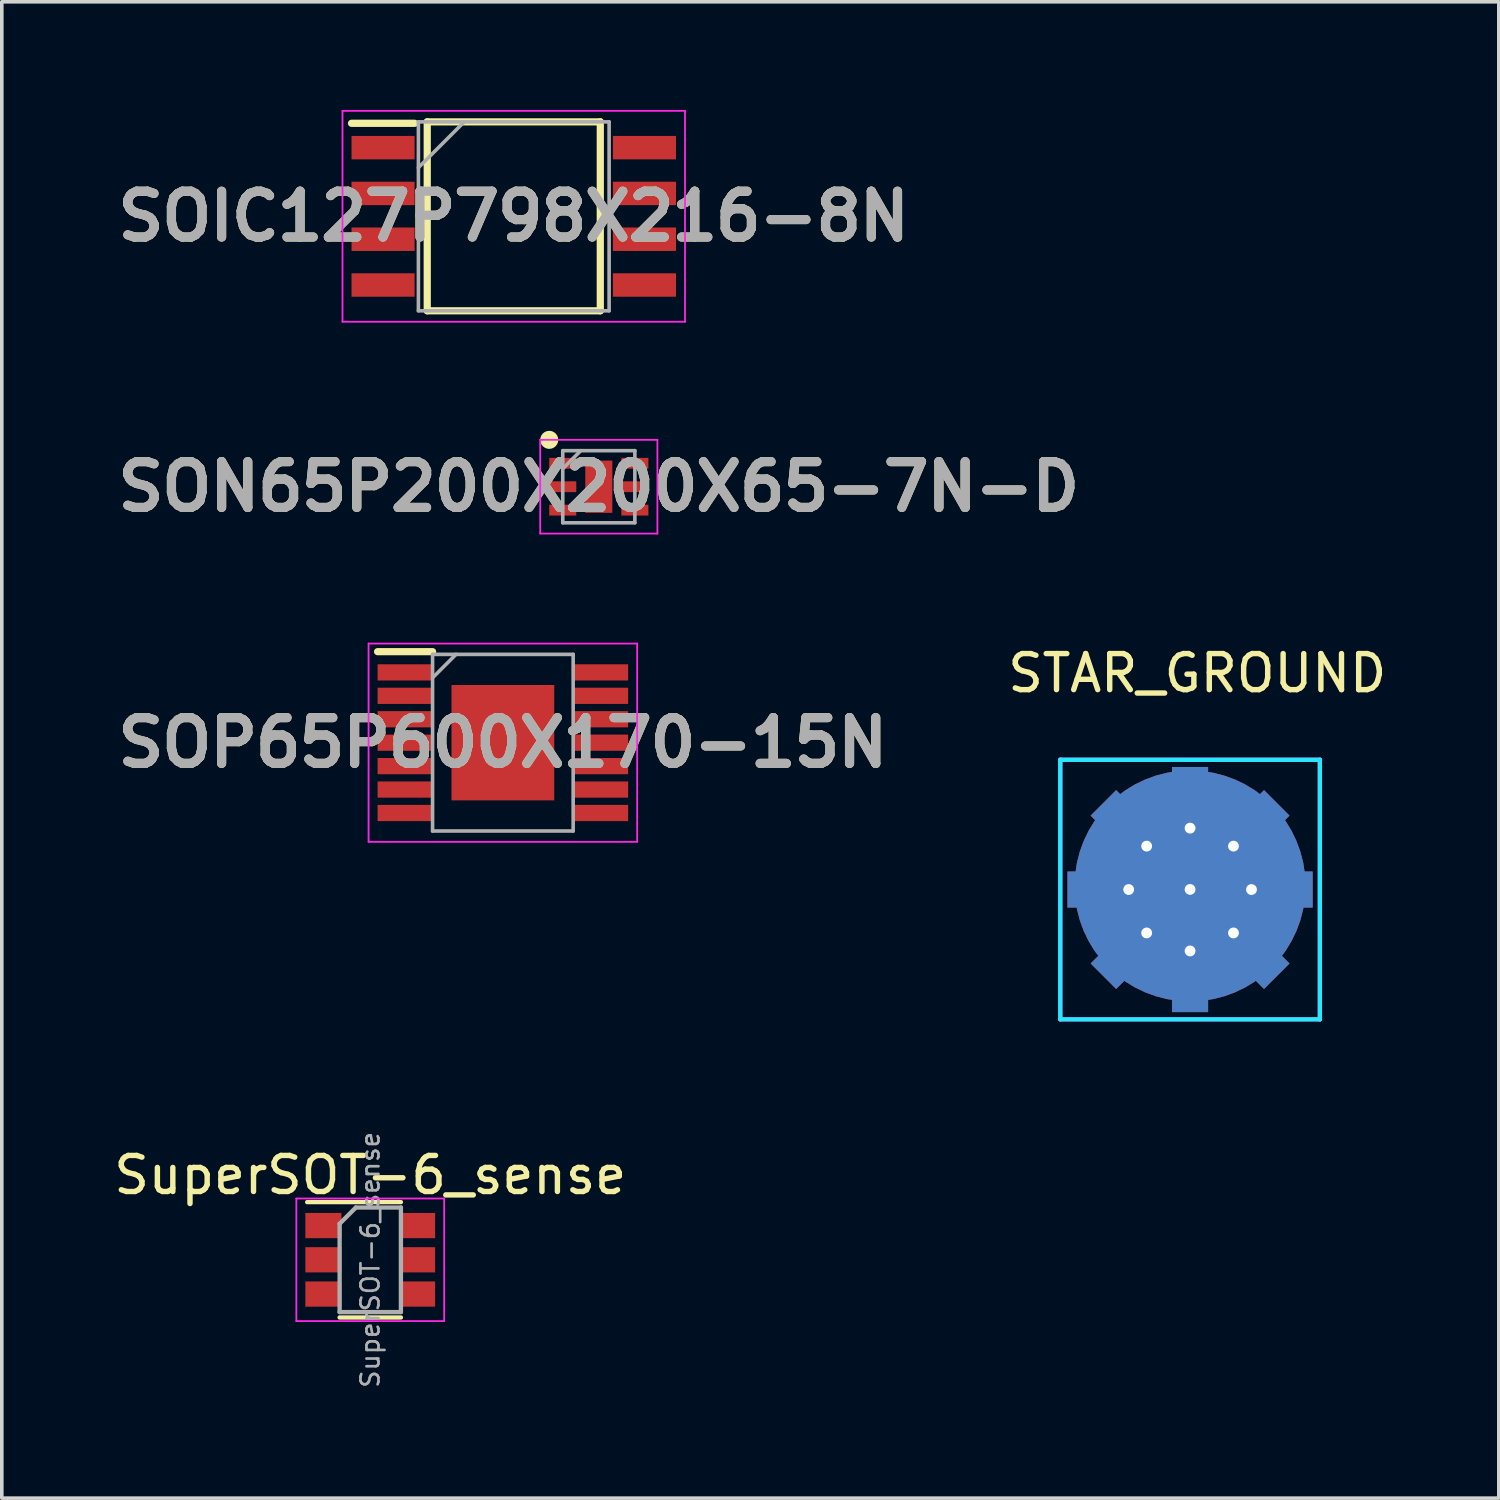
<source format=kicad_pcb>
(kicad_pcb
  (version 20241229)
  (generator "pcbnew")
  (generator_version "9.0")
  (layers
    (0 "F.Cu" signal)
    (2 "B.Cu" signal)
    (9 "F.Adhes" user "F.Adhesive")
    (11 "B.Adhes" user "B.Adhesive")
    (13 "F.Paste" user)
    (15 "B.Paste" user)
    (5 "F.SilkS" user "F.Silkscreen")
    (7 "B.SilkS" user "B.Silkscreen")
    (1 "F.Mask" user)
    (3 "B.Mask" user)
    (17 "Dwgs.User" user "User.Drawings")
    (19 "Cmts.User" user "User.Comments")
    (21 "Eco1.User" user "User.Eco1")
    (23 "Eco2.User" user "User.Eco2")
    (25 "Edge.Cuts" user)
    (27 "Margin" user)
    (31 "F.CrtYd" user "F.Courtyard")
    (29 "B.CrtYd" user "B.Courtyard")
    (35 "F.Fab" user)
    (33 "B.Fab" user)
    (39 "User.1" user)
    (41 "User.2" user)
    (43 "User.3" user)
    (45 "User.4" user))
  (footprint "SuperSOT-6_sense"
    (layer "F.Cu")
    (at 7.22 31.893)
    (property "Reference" "SuperSOT-6_sense" (at 0 -2.35 0) (layer "F.SilkS") (effects (font (size 1 1) (thickness 0.15))))
    (attr smd)
    (fp_line (start 0.85 -1.6) (end -1.75 -1.6) (stroke (width 0.12) (type solid)) (layer "F.SilkS"))
    (fp_line (start 0.85 1.6) (end -0.85 1.6) (stroke (width 0.12) (type solid)) (layer "F.SilkS"))
    (fp_line (start -2.05 -1.7) (end -2.05 1.7) (stroke (width 0.05) (type solid)) (layer "F.CrtYd"))
    (fp_line (start -2.05 -1.7) (end 2.05 -1.7) (stroke (width 0.05) (type solid)) (layer "F.CrtYd"))
    (fp_line (start 2.05 1.7) (end -2.05 1.7) (stroke (width 0.05) (type solid)) (layer "F.CrtYd"))
    (fp_line (start 2.05 1.7) (end 2.05 -1.7) (stroke (width 0.05) (type solid)) (layer "F.CrtYd"))
    (fp_line (start -0.85 -1) (end -0.85 1.45) (stroke (width 0.12) (type solid)) (layer "F.Fab"))
    (fp_line (start -0.85 1.45) (end 0.85 1.45) (stroke (width 0.12) (type solid)) (layer "F.Fab"))
    (fp_line (start -0.4 -1.45) (end -0.85 -1) (stroke (width 0.12) (type solid)) (layer "F.Fab"))
    (fp_line (start 0.85 -1.45) (end -0.4 -1.45) (stroke (width 0.12) (type solid)) (layer "F.Fab"))
    (fp_line (start 0.85 1.45) (end 0.85 -1.45) (stroke (width 0.12) (type solid)) (layer "F.Fab"))
    (fp_text user "${REFERENCE}" (at 0 0 90) (layer "F.Fab") (effects (font (size 0.5 0.5) (thickness 0.075))))
    (pad "1" smd rect (at -1.3 -0.95) (size 1 0.7) (layers "F.Cu" "F.Mask" "F.Paste"))
    (pad "1" smd rect (at -1.3 0) (size 1 0.7) (layers "F.Cu" "F.Mask" "F.Paste"))
    (pad "1" smd rect (at 1.3 -0.95) (size 1 0.7) (layers "F.Cu" "F.Mask" "F.Paste"))
    (pad "1" smd rect (at 1.3 0) (size 1 0.7) (layers "F.Cu" "F.Mask" "F.Paste"))
    (pad "2" smd rect (at -1.3 0.95) (size 1 0.7) (layers "F.Cu" "F.Mask" "F.Paste"))
    (pad "3" smd rect (at 1.3 0.95) (size 1 0.7) (layers "F.Cu" "F.Mask" "F.Paste")))
  (footprint "SOP65P600X170-15N"
    (layer "F.Cu")
    (at 10.898 17.55)
    (property "Reference" "SOP65P600X170-15N" (at 0 0 0) (layer "F.SilkS") (effects (font (size 1.27 1.27) (thickness 0.254))))
    (attr smd)
    (fp_line (start -3.475 -2.525) (end -1.95 -2.525) (stroke (width 0.2) (type solid)) (layer "F.SilkS"))
    (fp_line (start -3.725 -2.75) (end 3.725 -2.75) (stroke (width 0.05) (type solid)) (layer "F.CrtYd"))
    (fp_line (start -3.725 2.75) (end -3.725 -2.75) (stroke (width 0.05) (type solid)) (layer "F.CrtYd"))
    (fp_line (start 3.725 -2.75) (end 3.725 2.75) (stroke (width 0.05) (type solid)) (layer "F.CrtYd"))
    (fp_line (start 3.725 2.75) (end -3.725 2.75) (stroke (width 0.05) (type solid)) (layer "F.CrtYd"))
    (fp_line (start -1.95 -2.45) (end 1.95 -2.45) (stroke (width 0.1) (type solid)) (layer "F.Fab"))
    (fp_line (start -1.95 -1.8) (end -1.3 -2.45) (stroke (width 0.1) (type solid)) (layer "F.Fab"))
    (fp_line (start -1.95 2.45) (end -1.95 -2.45) (stroke (width 0.1) (type solid)) (layer "F.Fab"))
    (fp_line (start 1.95 -2.45) (end 1.95 2.45) (stroke (width 0.1) (type solid)) (layer "F.Fab"))
    (fp_line (start 1.95 2.45) (end -1.95 2.45) (stroke (width 0.1) (type solid)) (layer "F.Fab"))
    (fp_text user "${REFERENCE}" (at 0 0 0) (layer "F.Fab") (effects (font (size 1.27 1.27) (thickness 0.254))))
    (pad "1" smd rect (at -2.712 -1.95 90) (size 0.45 1.525) (layers "F.Cu" "F.Mask" "F.Paste"))
    (pad "2" smd rect (at -2.712 -1.3 90) (size 0.45 1.525) (layers "F.Cu" "F.Mask" "F.Paste"))
    (pad "3" smd rect (at -2.712 -0.65 90) (size 0.45 1.525) (layers "F.Cu" "F.Mask" "F.Paste"))
    (pad "4" smd rect (at -2.712 0 90) (size 0.45 1.525) (layers "F.Cu" "F.Mask" "F.Paste"))
    (pad "5" smd rect (at -2.712 0.65 90) (size 0.45 1.525) (layers "F.Cu" "F.Mask" "F.Paste"))
    (pad "6" smd rect (at -2.712 1.3 90) (size 0.45 1.525) (layers "F.Cu" "F.Mask" "F.Paste"))
    (pad "7" smd rect (at -2.712 1.95 90) (size 0.45 1.525) (layers "F.Cu" "F.Mask" "F.Paste"))
    (pad "8" smd rect (at 2.712 1.95 90) (size 0.45 1.525) (layers "F.Cu" "F.Mask" "F.Paste"))
    (pad "9" smd rect (at 2.712 1.3 90) (size 0.45 1.525) (layers "F.Cu" "F.Mask" "F.Paste"))
    (pad "10" smd rect (at 2.712 0.65 90) (size 0.45 1.525) (layers "F.Cu" "F.Mask" "F.Paste"))
    (pad "11" smd rect (at 2.712 0 90) (size 0.45 1.525) (layers "F.Cu" "F.Mask" "F.Paste"))
    (pad "12" smd rect (at 2.712 -0.65 90) (size 0.45 1.525) (layers "F.Cu" "F.Mask" "F.Paste"))
    (pad "13" smd rect (at 2.712 -1.3 90) (size 0.45 1.525) (layers "F.Cu" "F.Mask" "F.Paste"))
    (pad "14" smd rect (at 2.712 -1.95 90) (size 0.45 1.525) (layers "F.Cu" "F.Mask" "F.Paste"))
    (pad "15" smd rect (at 0 0) (size 2.85 3.2) (layers "F.Cu" "F.Mask" "F.Paste")))
  (footprint "STAR_GROUND"
    (layer "F.Cu")
    (at 29.959 18.023)
    (property "Reference" "STAR_GROUND" (at 0.2 -2.4 0) (layer "F.SilkS") (effects (font (size 1 1) (thickness 0.15))))
    (attr through_hole)
    (fp_circle (center 0 3.5) (end 1.603 3.5) (stroke (width 3.2) (type solid)) (fill no) (layer "F.Cu"))
    (fp_circle (center 0 3.5) (end 1.603 3.5) (stroke (width 3.2) (type solid)) (fill no) (layer "F.Mask"))
    (fp_circle (center 0 3.5) (end 1.603 3.5) (stroke (width 3.2) (type solid)) (fill no) (layer "B.Cu"))
    (fp_circle (center 0 3.5) (end 1.603 3.5) (stroke (width 3.2) (type solid)) (fill no) (layer "B.Mask"))
    (fp_line (start -3.6 0) (end 3.6 0) (stroke (width 0.12) (type solid)) (layer "B.CrtYd"))
    (fp_line (start -3.6 7.2) (end -3.6 0) (stroke (width 0.12) (type solid)) (layer "B.CrtYd"))
    (fp_line (start 3.6 0) (end 3.6 7.2) (stroke (width 0.12) (type solid)) (layer "B.CrtYd"))
    (fp_line (start 3.6 7.2) (end -3.6 7.2) (stroke (width 0.12) (type solid)) (layer "B.CrtYd"))
    (fp_line (start -3.6 0) (end 3.6 0) (stroke (width 0.12) (type solid)) (layer "F.CrtYd"))
    (fp_line (start -3.6 7.2) (end -3.6 0) (stroke (width 0.12) (type solid)) (layer "F.CrtYd"))
    (fp_line (start 3.6 0) (end 3.6 7.2) (stroke (width 0.12) (type solid)) (layer "F.CrtYd"))
    (fp_line (start 3.6 7.2) (end -3.6 7.2) (stroke (width 0.12) (type solid)) (layer "F.CrtYd"))
    (pad "" thru_hole circle (at -1.703 3.6) (size 0.6 0.6) (drill 0.3) (layers "*.Cu" "*.Mask"))
    (pad "" thru_hole circle (at -1.204 2.396) (size 0.6 0.6) (drill 0.3) (layers "*.Cu" "*.Mask"))
    (pad "" thru_hole circle (at -1.204 4.804) (size 0.6 0.6) (drill 0.3) (layers "*.Cu" "*.Mask"))
    (pad "" thru_hole circle (at 0 1.897) (size 0.6 0.6) (drill 0.3) (layers "*.Cu" "*.Mask"))
    (pad "" thru_hole circle (at 0 3.597) (size 0.6 0.6) (drill 0.3) (layers "*.Cu" "*.Mask"))
    (pad "" thru_hole circle (at 0 5.303) (size 0.6 0.6) (drill 0.3) (layers "*.Cu" "*.Mask"))
    (pad "" thru_hole circle (at 1.204 2.396) (size 0.6 0.6) (drill 0.3) (layers "*.Cu" "*.Mask"))
    (pad "" thru_hole circle (at 1.204 4.804) (size 0.6 0.6) (drill 0.3) (layers "*.Cu" "*.Mask"))
    (pad "" thru_hole circle (at 1.703 3.6) (size 0.6 0.6) (drill 0.3) (layers "*.Cu" "*.Mask"))
    (pad "1" smd rect (at -2.9 3.6) (size 1 1) (layers "F.Cu" "F.Mask" "F.Paste"))
    (pad "1" smd rect (at -2.9 3.6) (size 1 1) (layers "B.Cu" "B.Mask" "B.Paste"))
    (pad "1" smd rect (at -2.051 1.549 45) (size 1 1) (layers "F.Cu" "F.Mask" "F.Paste"))
    (pad "1" smd rect (at -2.051 1.549 45) (size 1 1) (layers "B.Cu" "B.Mask" "B.Paste"))
    (pad "1" smd rect (at -2.051 5.651 45) (size 1 1) (layers "F.Cu" "F.Mask" "F.Paste"))
    (pad "1" smd rect (at -2.051 5.651 45) (size 1 1) (layers "B.Cu" "B.Mask" "B.Paste"))
    (pad "1" smd rect (at 0 0.7) (size 1 1) (layers "F.Cu" "F.Mask" "F.Paste"))
    (pad "1" smd rect (at 0 0.7) (size 1 1) (layers "B.Cu" "B.Mask" "B.Paste"))
    (pad "2" smd rect (at 0 6.5) (size 1 1) (layers "F.Cu" "F.Mask" "F.Paste"))
    (pad "2" smd rect (at 0 6.5) (size 1 1) (layers "B.Cu" "B.Mask" "B.Paste"))
    (pad "2" smd rect (at 2.051 1.549 45) (size 1 1) (layers "F.Cu" "F.Mask" "F.Paste"))
    (pad "2" smd rect (at 2.051 1.549 45) (size 1 1) (layers "B.Cu" "B.Mask" "B.Paste"))
    (pad "2" smd rect (at 2.051 5.651 45) (size 1 1) (layers "F.Cu" "F.Mask" "F.Paste"))
    (pad "2" smd rect (at 2.051 5.651 45) (size 1 1) (layers "B.Cu" "B.Mask" "B.Paste"))
    (pad "2" smd rect (at 2.9 3.6) (size 1 1) (layers "F.Cu" "F.Mask" "F.Paste"))
    (pad "2" smd rect (at 2.9 3.6) (size 1 1) (layers "B.Cu" "B.Mask" "B.Paste")))
  (footprint "SON65P200X200X65-7N-D"
    (layer "F.Cu")
    (at 13.559 10.45)
    (property "Reference" "SON65P200X200X65-7N-D" (at 0 0 0) (layer "F.SilkS") (effects (font (size 1.27 1.27) (thickness 0.254))))
    (attr smd)
    (fp_circle (center -1.375 -1.3) (end -1.375 -1.175) (stroke (width 0.25) (type solid)) (fill no) (layer "F.SilkS"))
    (fp_line (start -1.625 -1.3) (end 1.625 -1.3) (stroke (width 0.05) (type solid)) (layer "F.CrtYd"))
    (fp_line (start -1.625 1.3) (end -1.625 -1.3) (stroke (width 0.05) (type solid)) (layer "F.CrtYd"))
    (fp_line (start 1.625 -1.3) (end 1.625 1.3) (stroke (width 0.05) (type solid)) (layer "F.CrtYd"))
    (fp_line (start 1.625 1.3) (end -1.625 1.3) (stroke (width 0.05) (type solid)) (layer "F.CrtYd"))
    (fp_line (start -1 -1) (end 1 -1) (stroke (width 0.1) (type solid)) (layer "F.Fab"))
    (fp_line (start -1 -0.5) (end -0.5 -1) (stroke (width 0.1) (type solid)) (layer "F.Fab"))
    (fp_line (start -1 1) (end -1 -1) (stroke (width 0.1) (type solid)) (layer "F.Fab"))
    (fp_line (start 1 -1) (end 1 1) (stroke (width 0.1) (type solid)) (layer "F.Fab"))
    (fp_line (start 1 1) (end -1 1) (stroke (width 0.1) (type solid)) (layer "F.Fab"))
    (fp_text user "${REFERENCE}" (at 0 0 0) (layer "F.Fab") (effects (font (size 1.27 1.27) (thickness 0.254))))
    (pad "1" smd rect (at -1 -0.65 90) (size 0.3 0.75) (layers "F.Cu" "F.Mask" "F.Paste"))
    (pad "2" smd rect (at -1 0 90) (size 0.3 0.75) (layers "F.Cu" "F.Mask" "F.Paste"))
    (pad "3" smd rect (at -1 0.65 90) (size 0.3 0.75) (layers "F.Cu" "F.Mask" "F.Paste"))
    (pad "4" smd rect (at 1 0.65 90) (size 0.3 0.75) (layers "F.Cu" "F.Mask" "F.Paste"))
    (pad "5" smd rect (at 1 0 90) (size 0.3 0.75) (layers "F.Cu" "F.Mask" "F.Paste"))
    (pad "6" smd rect (at 1 -0.65 90) (size 0.3 0.75) (layers "F.Cu" "F.Mask" "F.Paste"))
    (pad "7" smd rect (at 0 0) (size 0.75 1.45) (layers "F.Cu" "F.Mask" "F.Paste")))
  (footprint "SOIC127P798X216-8N"
    (layer "F.Cu")
    (at 11.2 2.95)
    (property "Reference" "SOIC127P798X216-8N" (at 0 0 0) (layer "F.SilkS") (effects (font (size 1.27 1.27) (thickness 0.254))))
    (attr smd)
    (fp_line (start -4.5 -2.58) (end -2.75 -2.58) (stroke (width 0.2) (type solid)) (layer "F.SilkS"))
    (fp_line (start -2.4 -2.62) (end 2.4 -2.62) (stroke (width 0.2) (type solid)) (layer "F.SilkS"))
    (fp_line (start -2.4 2.62) (end -2.4 -2.62) (stroke (width 0.2) (type solid)) (layer "F.SilkS"))
    (fp_line (start 2.4 -2.62) (end 2.4 2.62) (stroke (width 0.2) (type solid)) (layer "F.SilkS"))
    (fp_line (start 2.4 2.62) (end -2.4 2.62) (stroke (width 0.2) (type solid)) (layer "F.SilkS"))
    (fp_line (start -4.75 -2.925) (end 4.75 -2.925) (stroke (width 0.05) (type solid)) (layer "F.CrtYd"))
    (fp_line (start -4.75 2.925) (end -4.75 -2.925) (stroke (width 0.05) (type solid)) (layer "F.CrtYd"))
    (fp_line (start 4.75 -2.925) (end 4.75 2.925) (stroke (width 0.05) (type solid)) (layer "F.CrtYd"))
    (fp_line (start 4.75 2.925) (end -4.75 2.925) (stroke (width 0.05) (type solid)) (layer "F.CrtYd"))
    (fp_line (start -2.645 -2.62) (end 2.645 -2.62) (stroke (width 0.1) (type solid)) (layer "F.Fab"))
    (fp_line (start -2.645 -1.35) (end -1.375 -2.62) (stroke (width 0.1) (type solid)) (layer "F.Fab"))
    (fp_line (start -2.645 2.62) (end -2.645 -2.62) (stroke (width 0.1) (type solid)) (layer "F.Fab"))
    (fp_line (start 2.645 -2.62) (end 2.645 2.62) (stroke (width 0.1) (type solid)) (layer "F.Fab"))
    (fp_line (start 2.645 2.62) (end -2.645 2.62) (stroke (width 0.1) (type solid)) (layer "F.Fab"))
    (fp_text user "${REFERENCE}" (at 0 0 0) (layer "F.Fab") (effects (font (size 1.27 1.27) (thickness 0.254))))
    (pad "1" smd rect (at -3.625 -1.905 90) (size 0.65 1.75) (layers "F.Cu" "F.Mask" "F.Paste"))
    (pad "2" smd rect (at -3.625 -0.635 90) (size 0.65 1.75) (layers "F.Cu" "F.Mask" "F.Paste"))
    (pad "3" smd rect (at -3.625 0.635 90) (size 0.65 1.75) (layers "F.Cu" "F.Mask" "F.Paste"))
    (pad "4" smd rect (at -3.625 1.905 90) (size 0.65 1.75) (layers "F.Cu" "F.Mask" "F.Paste"))
    (pad "5" smd rect (at 3.625 1.905 90) (size 0.65 1.75) (layers "F.Cu" "F.Mask" "F.Paste"))
    (pad "6" smd rect (at 3.625 0.635 90) (size 0.65 1.75) (layers "F.Cu" "F.Mask" "F.Paste"))
    (pad "7" smd rect (at 3.625 -0.635 90) (size 0.65 1.75) (layers "F.Cu" "F.Mask" "F.Paste"))
    (pad "8" smd rect (at 3.625 -1.905 90) (size 0.65 1.75) (layers "F.Cu" "F.Mask" "F.Paste")))
  (gr_rect
    (start -3 -3)
    (end 38.522 38.503)
    (stroke (width 0.1) (type default))
    (fill no)
    (layer "Edge.Cuts")))
</source>
